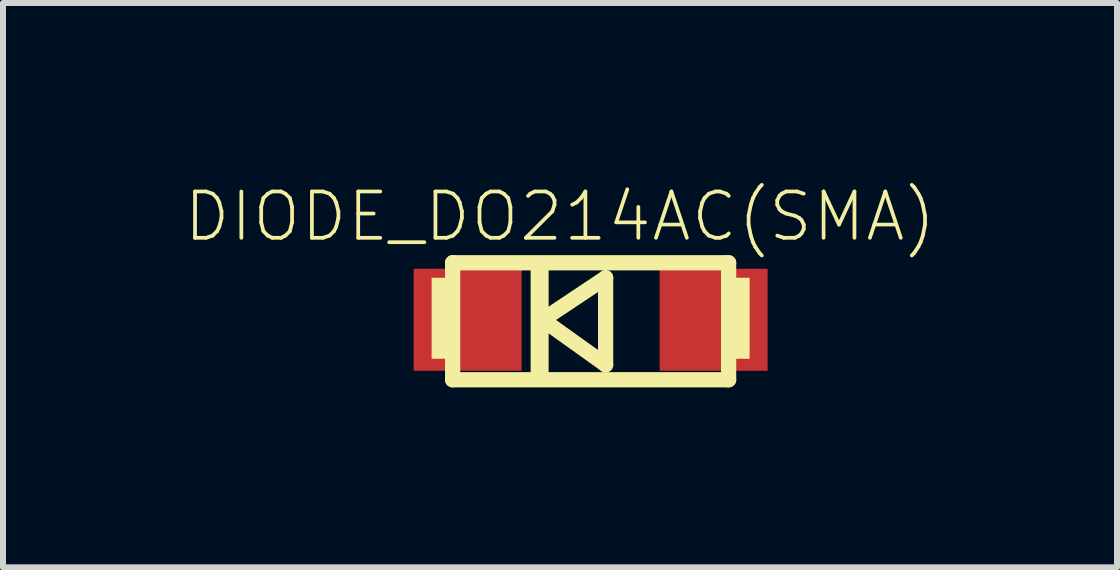
<source format=kicad_pcb>
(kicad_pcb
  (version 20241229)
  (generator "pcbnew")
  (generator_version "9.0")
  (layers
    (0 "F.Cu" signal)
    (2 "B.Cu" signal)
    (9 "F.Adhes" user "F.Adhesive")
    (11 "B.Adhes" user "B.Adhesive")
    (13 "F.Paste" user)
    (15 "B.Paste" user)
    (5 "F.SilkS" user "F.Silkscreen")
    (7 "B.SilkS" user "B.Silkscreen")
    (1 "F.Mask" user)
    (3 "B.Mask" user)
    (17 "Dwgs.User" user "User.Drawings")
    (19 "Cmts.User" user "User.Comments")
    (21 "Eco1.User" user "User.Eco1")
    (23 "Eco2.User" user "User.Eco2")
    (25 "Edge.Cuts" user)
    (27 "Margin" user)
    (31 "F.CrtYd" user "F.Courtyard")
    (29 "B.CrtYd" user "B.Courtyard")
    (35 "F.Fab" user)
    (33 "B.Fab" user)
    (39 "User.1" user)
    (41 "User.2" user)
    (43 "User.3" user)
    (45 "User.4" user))
  (footprint "DIODE_DO214AC(SMA)"
    (layer "F.Cu")
    (at 6.795 2.28)
    (property "Reference" "DIODE_DO214AC(SMA)" (at -0.51 -1.72 0) (layer "F.SilkS") (effects (font (size 0.772 0.772) (thickness 0.062))))
    (attr smd)
    (fp_line (start -2.3 -0.95) (end -2.3 1) (stroke (width 0.254) (type solid)) (layer "F.SilkS"))
    (fp_line (start -2.3 1) (end 2.3 1) (stroke (width 0.254) (type solid)) (layer "F.SilkS"))
    (fp_line (start -0.8 0) (end 0.25 0.75) (stroke (width 0.254) (type solid)) (layer "F.SilkS"))
    (fp_line (start 0.25 -0.7) (end -0.8 0) (stroke (width 0.254) (type solid)) (layer "F.SilkS"))
    (fp_line (start 0.25 0.75) (end 0.25 -0.7) (stroke (width 0.254) (type solid)) (layer "F.SilkS"))
    (fp_line (start 2.3 -0.95) (end -2.3 -0.95) (stroke (width 0.254) (type solid)) (layer "F.SilkS"))
    (fp_line (start 2.3 1) (end 2.3 -0.95) (stroke (width 0.254) (type solid)) (layer "F.SilkS"))
    (fp_poly (pts (xy -2.65 -0.7) (xy -2.4 -0.7) (xy -2.4 0.65) (xy -2.65 0.65)) (stroke (width 0) (type solid)) (fill yes) (layer "F.SilkS"))
    (fp_poly (pts (xy -1 -1.05) (xy -0.7 -1.05) (xy -0.7 1.05) (xy -1 1.05)) (stroke (width 0) (type solid)) (fill yes) (layer "F.SilkS"))
    (fp_poly (pts (xy 2.4 -0.7) (xy 2.65 -0.7) (xy 2.65 0.65) (xy 2.4 0.65)) (stroke (width 0) (type solid)) (fill yes) (layer "F.SilkS"))
    (pad "A" smd rect (at 2.05 0) (size 1.8 1.7) (layers "F.Cu" "F.Mask" "F.Paste"))
    (pad "C" smd rect (at -2.05 0) (size 1.8 1.7) (layers "F.Cu" "F.Mask" "F.Paste")))
  (gr_rect
    (start -3 -3)
    (end 15.569 6.407)
    (stroke (width 0.1) (type default))
    (fill no)
    (layer "Edge.Cuts")))
</source>
